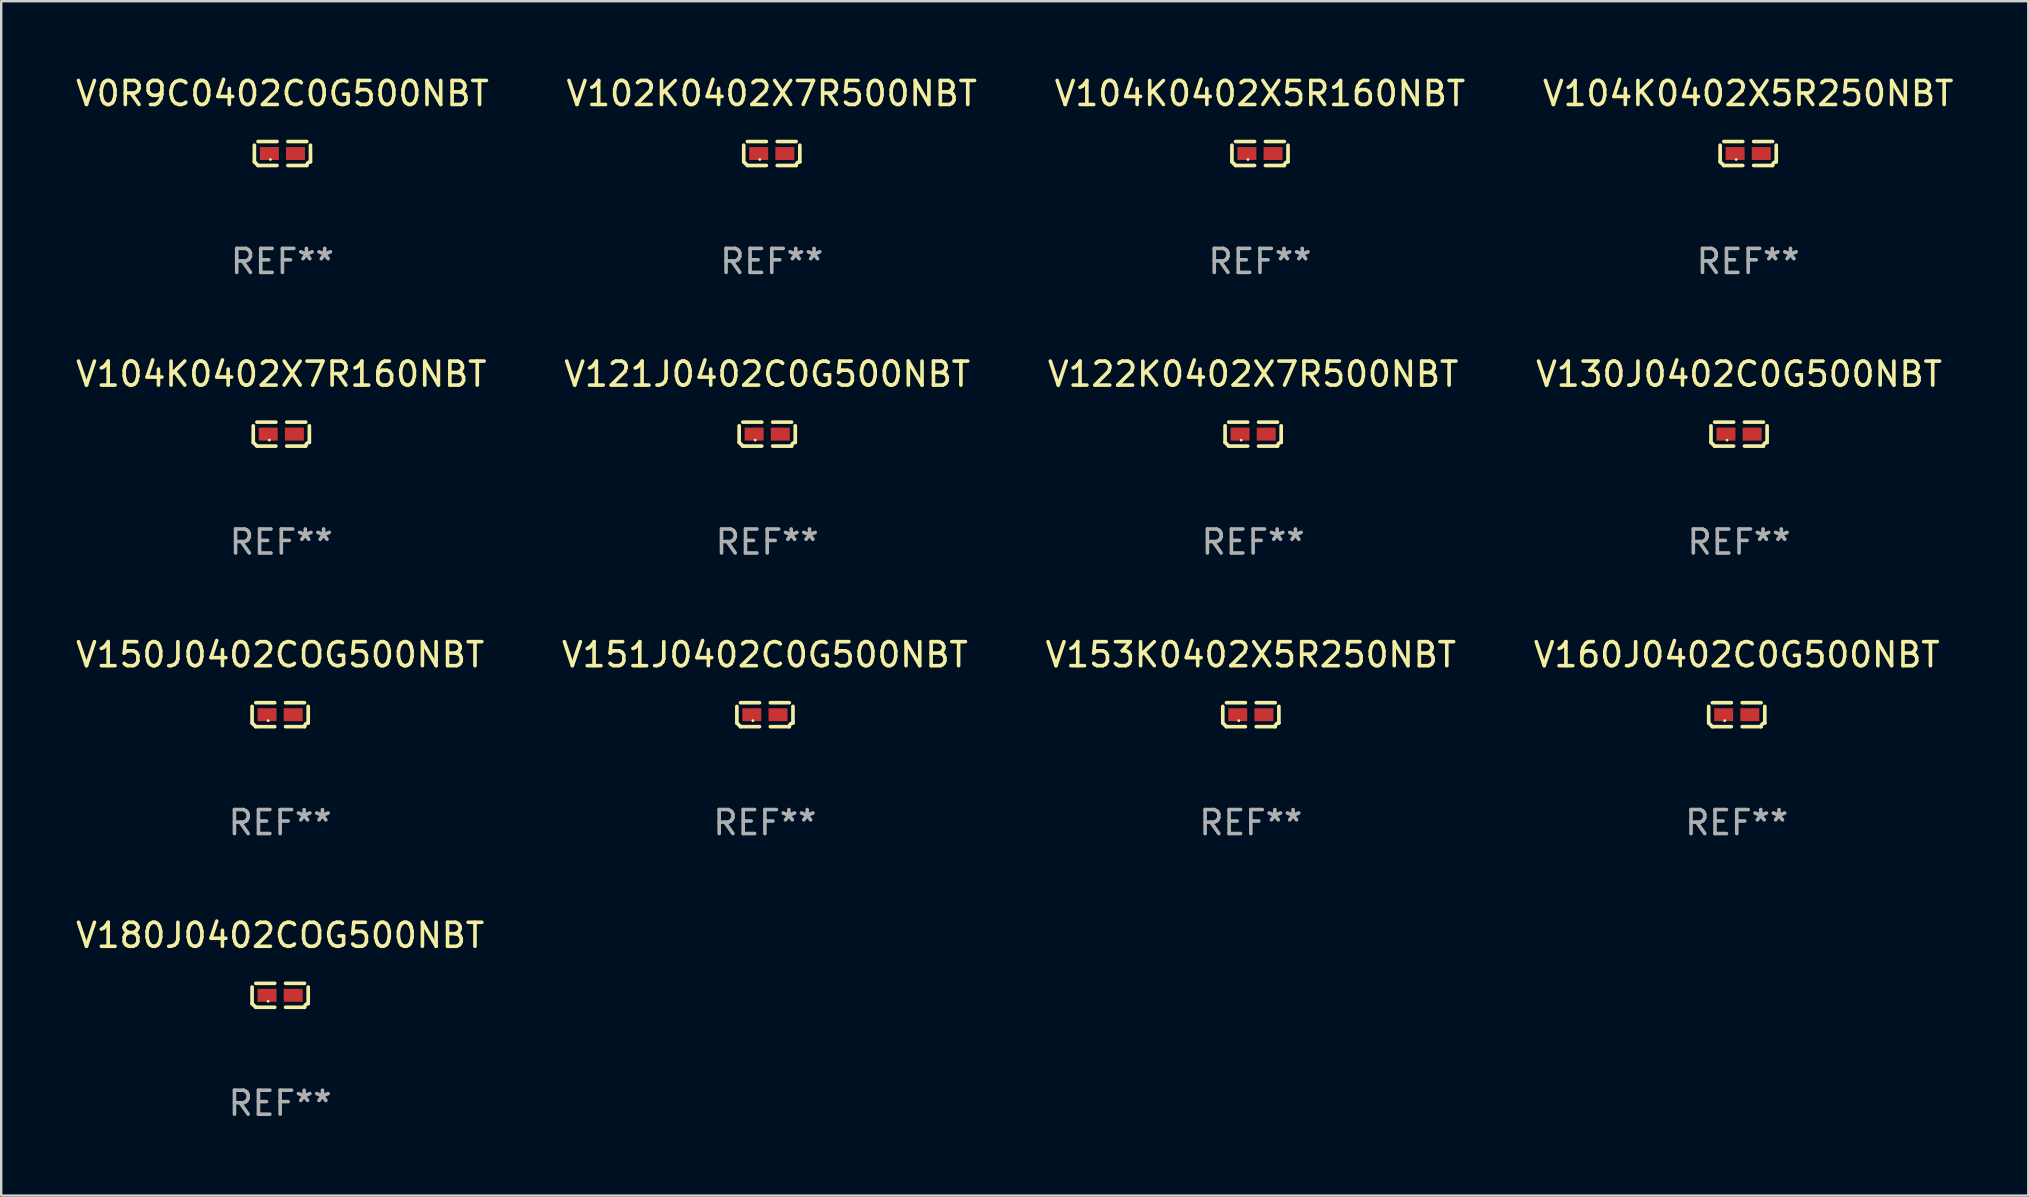
<source format=kicad_pcb>
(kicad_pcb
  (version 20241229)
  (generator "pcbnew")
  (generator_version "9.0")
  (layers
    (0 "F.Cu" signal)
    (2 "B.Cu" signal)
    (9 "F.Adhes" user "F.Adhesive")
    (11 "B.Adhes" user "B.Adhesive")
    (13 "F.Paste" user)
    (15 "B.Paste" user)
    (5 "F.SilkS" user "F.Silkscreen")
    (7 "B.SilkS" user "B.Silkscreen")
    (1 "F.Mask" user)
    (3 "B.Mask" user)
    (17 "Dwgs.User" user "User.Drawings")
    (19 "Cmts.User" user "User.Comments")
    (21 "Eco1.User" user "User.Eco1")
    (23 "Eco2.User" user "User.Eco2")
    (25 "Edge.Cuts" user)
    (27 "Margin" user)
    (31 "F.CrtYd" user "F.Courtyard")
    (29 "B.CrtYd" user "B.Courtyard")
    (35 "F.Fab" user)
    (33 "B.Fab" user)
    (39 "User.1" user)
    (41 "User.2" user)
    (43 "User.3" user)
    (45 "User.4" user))
  (footprint "V150J0402COG500NBT"
    (layer "F.Cu")
    (at 8.625 26.734)
    (property "Reference" "V150J0402COG500NBT" (at 0 -2.499 0) (layer "F.SilkS") (effects (font (size 1 1) (thickness 0.15))))
    (attr through_hole)
    (fp_line (start -1.169 0.346) (end -1.169 -0.346) (stroke (width 0.152) (type solid)) (layer "F.SilkS"))
    (fp_line (start -1.016 -0.499) (end -0.226 -0.499) (stroke (width 0.152) (type solid)) (layer "F.SilkS"))
    (fp_line (start -0.226 0.499) (end -1.016 0.499) (stroke (width 0.152) (type solid)) (layer "F.SilkS"))
    (fp_line (start 0.226 0.499) (end 1.016 0.499) (stroke (width 0.152) (type solid)) (layer "F.SilkS"))
    (fp_line (start 1.016 -0.499) (end 0.226 -0.499) (stroke (width 0.152) (type solid)) (layer "F.SilkS"))
    (fp_line (start 1.169 0.346) (end 1.169 -0.346) (stroke (width 0.152) (type solid)) (layer "F.SilkS"))
    (fp_arc (start -1.016307 0.498603) (mid -1.092512 0.422405) (end -1.16871 0.3462) (stroke (width 0.1524) (type solid)) (layer "F.SilkS"))
    (fp_arc (start 1.016307 0.498603) (mid 1.060899 0.390758) (end 1.168707 0.346076) (stroke (width 0.1524) (type solid)) (layer "F.SilkS"))
    (fp_circle (center -0.5 0.25) (end -0.47 0.25) (stroke (width 0.06) (type solid)) (fill no) (layer "F.SilkS"))
    (fp_text user "REF**" (at 0 4.499 0) (layer "F.Fab") (effects (font (size 1 1) (thickness 0.15))))
    (pad "1" smd rect (at -0.545 0) (size 0.79 0.54) (layers "F.Cu" "F.Mask" "F.Paste"))
    (pad "2" smd rect (at 0.545 0) (size 0.79 0.54) (layers "F.Cu" "F.Mask" "F.Paste")))
  (footprint "V0R9C0402C0G500NBT"
    (layer "F.Cu")
    (at 8.72 3.347)
    (property "Reference" "V0R9C0402C0G500NBT" (at 0 -2.499 0) (layer "F.SilkS") (effects (font (size 1 1) (thickness 0.15))))
    (attr through_hole)
    (fp_line (start -1.169 0.346) (end -1.169 -0.346) (stroke (width 0.152) (type solid)) (layer "F.SilkS"))
    (fp_line (start -1.016 -0.499) (end -0.226 -0.499) (stroke (width 0.152) (type solid)) (layer "F.SilkS"))
    (fp_line (start -0.226 0.499) (end -1.016 0.499) (stroke (width 0.152) (type solid)) (layer "F.SilkS"))
    (fp_line (start 0.226 0.499) (end 1.016 0.499) (stroke (width 0.152) (type solid)) (layer "F.SilkS"))
    (fp_line (start 1.016 -0.499) (end 0.226 -0.499) (stroke (width 0.152) (type solid)) (layer "F.SilkS"))
    (fp_line (start 1.169 0.346) (end 1.169 -0.346) (stroke (width 0.152) (type solid)) (layer "F.SilkS"))
    (fp_arc (start -1.016307 0.498603) (mid -1.092512 0.422405) (end -1.16871 0.3462) (stroke (width 0.1524) (type solid)) (layer "F.SilkS"))
    (fp_arc (start 1.016307 0.498603) (mid 1.060899 0.390758) (end 1.168707 0.346076) (stroke (width 0.1524) (type solid)) (layer "F.SilkS"))
    (fp_circle (center -0.5 0.25) (end -0.47 0.25) (stroke (width 0.06) (type solid)) (fill no) (layer "F.SilkS"))
    (fp_text user "REF**" (at 0 4.499 0) (layer "F.Fab") (effects (font (size 1 1) (thickness 0.15))))
    (pad "1" smd rect (at -0.545 0) (size 0.79 0.54) (layers "F.Cu" "F.Mask" "F.Paste"))
    (pad "2" smd rect (at 0.545 0) (size 0.79 0.54) (layers "F.Cu" "F.Mask" "F.Paste")))
  (footprint "V151J0402C0G500NBT"
    (layer "F.Cu")
    (at 28.827 26.734)
    (property "Reference" "V151J0402C0G500NBT" (at 0 -2.499 0) (layer "F.SilkS") (effects (font (size 1 1) (thickness 0.15))))
    (attr through_hole)
    (fp_line (start -1.169 0.346) (end -1.169 -0.346) (stroke (width 0.152) (type solid)) (layer "F.SilkS"))
    (fp_line (start -1.016 -0.499) (end -0.226 -0.499) (stroke (width 0.152) (type solid)) (layer "F.SilkS"))
    (fp_line (start -0.226 0.499) (end -1.016 0.499) (stroke (width 0.152) (type solid)) (layer "F.SilkS"))
    (fp_line (start 0.226 0.499) (end 1.016 0.499) (stroke (width 0.152) (type solid)) (layer "F.SilkS"))
    (fp_line (start 1.016 -0.499) (end 0.226 -0.499) (stroke (width 0.152) (type solid)) (layer "F.SilkS"))
    (fp_line (start 1.169 0.346) (end 1.169 -0.346) (stroke (width 0.152) (type solid)) (layer "F.SilkS"))
    (fp_arc (start -1.016307 0.498603) (mid -1.092512 0.422405) (end -1.16871 0.3462) (stroke (width 0.1524) (type solid)) (layer "F.SilkS"))
    (fp_arc (start 1.016307 0.498603) (mid 1.060899 0.390758) (end 1.168707 0.346076) (stroke (width 0.1524) (type solid)) (layer "F.SilkS"))
    (fp_circle (center -0.5 0.25) (end -0.47 0.25) (stroke (width 0.06) (type solid)) (fill no) (layer "F.SilkS"))
    (fp_text user "REF**" (at 0 4.499 0) (layer "F.Fab") (effects (font (size 1 1) (thickness 0.15))))
    (pad "1" smd rect (at -0.545 0) (size 0.79 0.54) (layers "F.Cu" "F.Mask" "F.Paste"))
    (pad "2" smd rect (at 0.545 0) (size 0.79 0.54) (layers "F.Cu" "F.Mask" "F.Paste")))
  (footprint "V160J0402C0G500NBT"
    (layer "F.Cu")
    (at 69.327 26.734)
    (property "Reference" "V160J0402C0G500NBT" (at 0 -2.499 0) (layer "F.SilkS") (effects (font (size 1 1) (thickness 0.15))))
    (attr through_hole)
    (fp_line (start -1.169 0.346) (end -1.169 -0.346) (stroke (width 0.152) (type solid)) (layer "F.SilkS"))
    (fp_line (start -1.016 -0.499) (end -0.226 -0.499) (stroke (width 0.152) (type solid)) (layer "F.SilkS"))
    (fp_line (start -0.226 0.499) (end -1.016 0.499) (stroke (width 0.152) (type solid)) (layer "F.SilkS"))
    (fp_line (start 0.226 0.499) (end 1.016 0.499) (stroke (width 0.152) (type solid)) (layer "F.SilkS"))
    (fp_line (start 1.016 -0.499) (end 0.226 -0.499) (stroke (width 0.152) (type solid)) (layer "F.SilkS"))
    (fp_line (start 1.169 0.346) (end 1.169 -0.346) (stroke (width 0.152) (type solid)) (layer "F.SilkS"))
    (fp_arc (start -1.016307 0.498603) (mid -1.092512 0.422405) (end -1.16871 0.3462) (stroke (width 0.1524) (type solid)) (layer "F.SilkS"))
    (fp_arc (start 1.016307 0.498603) (mid 1.060899 0.390758) (end 1.168707 0.346076) (stroke (width 0.1524) (type solid)) (layer "F.SilkS"))
    (fp_circle (center -0.5 0.25) (end -0.47 0.25) (stroke (width 0.06) (type solid)) (fill no) (layer "F.SilkS"))
    (fp_text user "REF**" (at 0 4.499 0) (layer "F.Fab") (effects (font (size 1 1) (thickness 0.15))))
    (pad "1" smd rect (at -0.545 0) (size 0.79 0.54) (layers "F.Cu" "F.Mask" "F.Paste"))
    (pad "2" smd rect (at 0.545 0) (size 0.79 0.54) (layers "F.Cu" "F.Mask" "F.Paste")))
  (footprint "V121J0402C0G500NBT"
    (layer "F.Cu")
    (at 28.923 15.041)
    (property "Reference" "V121J0402C0G500NBT" (at 0 -2.499 0) (layer "F.SilkS") (effects (font (size 1 1) (thickness 0.15))))
    (attr through_hole)
    (fp_line (start -1.169 0.346) (end -1.169 -0.346) (stroke (width 0.152) (type solid)) (layer "F.SilkS"))
    (fp_line (start -1.016 -0.499) (end -0.226 -0.499) (stroke (width 0.152) (type solid)) (layer "F.SilkS"))
    (fp_line (start -0.226 0.499) (end -1.016 0.499) (stroke (width 0.152) (type solid)) (layer "F.SilkS"))
    (fp_line (start 0.226 0.499) (end 1.016 0.499) (stroke (width 0.152) (type solid)) (layer "F.SilkS"))
    (fp_line (start 1.016 -0.499) (end 0.226 -0.499) (stroke (width 0.152) (type solid)) (layer "F.SilkS"))
    (fp_line (start 1.169 0.346) (end 1.169 -0.346) (stroke (width 0.152) (type solid)) (layer "F.SilkS"))
    (fp_arc (start -1.016307 0.498603) (mid -1.092512 0.422405) (end -1.16871 0.3462) (stroke (width 0.1524) (type solid)) (layer "F.SilkS"))
    (fp_arc (start 1.016307 0.498603) (mid 1.060899 0.390758) (end 1.168707 0.346076) (stroke (width 0.1524) (type solid)) (layer "F.SilkS"))
    (fp_circle (center -0.5 0.25) (end -0.47 0.25) (stroke (width 0.06) (type solid)) (fill no) (layer "F.SilkS"))
    (fp_text user "REF**" (at 0 4.499 0) (layer "F.Fab") (effects (font (size 1 1) (thickness 0.15))))
    (pad "1" smd rect (at -0.545 0) (size 0.79 0.54) (layers "F.Cu" "F.Mask" "F.Paste"))
    (pad "2" smd rect (at 0.545 0) (size 0.79 0.54) (layers "F.Cu" "F.Mask" "F.Paste")))
  (footprint "V102K0402X7R500NBT"
    (layer "F.Cu")
    (at 29.113 3.347)
    (property "Reference" "V102K0402X7R500NBT" (at 0 -2.499 0) (layer "F.SilkS") (effects (font (size 1 1) (thickness 0.15))))
    (attr through_hole)
    (fp_line (start -1.169 0.346) (end -1.169 -0.346) (stroke (width 0.152) (type solid)) (layer "F.SilkS"))
    (fp_line (start -1.016 -0.499) (end -0.226 -0.499) (stroke (width 0.152) (type solid)) (layer "F.SilkS"))
    (fp_line (start -0.226 0.499) (end -1.016 0.499) (stroke (width 0.152) (type solid)) (layer "F.SilkS"))
    (fp_line (start 0.226 0.499) (end 1.016 0.499) (stroke (width 0.152) (type solid)) (layer "F.SilkS"))
    (fp_line (start 1.016 -0.499) (end 0.226 -0.499) (stroke (width 0.152) (type solid)) (layer "F.SilkS"))
    (fp_line (start 1.169 0.346) (end 1.169 -0.346) (stroke (width 0.152) (type solid)) (layer "F.SilkS"))
    (fp_arc (start -1.016307 0.498603) (mid -1.092512 0.422405) (end -1.16871 0.3462) (stroke (width 0.1524) (type solid)) (layer "F.SilkS"))
    (fp_arc (start 1.016307 0.498603) (mid 1.060899 0.390758) (end 1.168707 0.346076) (stroke (width 0.1524) (type solid)) (layer "F.SilkS"))
    (fp_circle (center -0.5 0.25) (end -0.47 0.25) (stroke (width 0.06) (type solid)) (fill no) (layer "F.SilkS"))
    (fp_text user "REF**" (at 0 4.499 0) (layer "F.Fab") (effects (font (size 1 1) (thickness 0.15))))
    (pad "1" smd rect (at -0.545 0) (size 0.79 0.54) (layers "F.Cu" "F.Mask" "F.Paste"))
    (pad "2" smd rect (at 0.545 0) (size 0.79 0.54) (layers "F.Cu" "F.Mask" "F.Paste")))
  (footprint "V122K0402X7R500NBT"
    (layer "F.Cu")
    (at 49.173 15.041)
    (property "Reference" "V122K0402X7R500NBT" (at 0 -2.499 0) (layer "F.SilkS") (effects (font (size 1 1) (thickness 0.15))))
    (attr through_hole)
    (fp_line (start -1.169 0.346) (end -1.169 -0.346) (stroke (width 0.152) (type solid)) (layer "F.SilkS"))
    (fp_line (start -1.016 -0.499) (end -0.226 -0.499) (stroke (width 0.152) (type solid)) (layer "F.SilkS"))
    (fp_line (start -0.226 0.499) (end -1.016 0.499) (stroke (width 0.152) (type solid)) (layer "F.SilkS"))
    (fp_line (start 0.226 0.499) (end 1.016 0.499) (stroke (width 0.152) (type solid)) (layer "F.SilkS"))
    (fp_line (start 1.016 -0.499) (end 0.226 -0.499) (stroke (width 0.152) (type solid)) (layer "F.SilkS"))
    (fp_line (start 1.169 0.346) (end 1.169 -0.346) (stroke (width 0.152) (type solid)) (layer "F.SilkS"))
    (fp_arc (start -1.016307 0.498603) (mid -1.092512 0.422405) (end -1.16871 0.3462) (stroke (width 0.1524) (type solid)) (layer "F.SilkS"))
    (fp_arc (start 1.016307 0.498603) (mid 1.060899 0.390758) (end 1.168707 0.346076) (stroke (width 0.1524) (type solid)) (layer "F.SilkS"))
    (fp_circle (center -0.5 0.25) (end -0.47 0.25) (stroke (width 0.06) (type solid)) (fill no) (layer "F.SilkS"))
    (fp_text user "REF**" (at 0 4.499 0) (layer "F.Fab") (effects (font (size 1 1) (thickness 0.15))))
    (pad "1" smd rect (at -0.545 0) (size 0.79 0.54) (layers "F.Cu" "F.Mask" "F.Paste"))
    (pad "2" smd rect (at 0.545 0) (size 0.79 0.54) (layers "F.Cu" "F.Mask" "F.Paste")))
  (footprint "V104K0402X7R160NBT"
    (layer "F.Cu")
    (at 8.673 15.041)
    (property "Reference" "V104K0402X7R160NBT" (at 0 -2.499 0) (layer "F.SilkS") (effects (font (size 1 1) (thickness 0.15))))
    (attr through_hole)
    (fp_line (start -1.169 0.346) (end -1.169 -0.346) (stroke (width 0.152) (type solid)) (layer "F.SilkS"))
    (fp_line (start -1.016 -0.499) (end -0.226 -0.499) (stroke (width 0.152) (type solid)) (layer "F.SilkS"))
    (fp_line (start -0.226 0.499) (end -1.016 0.499) (stroke (width 0.152) (type solid)) (layer "F.SilkS"))
    (fp_line (start 0.226 0.499) (end 1.016 0.499) (stroke (width 0.152) (type solid)) (layer "F.SilkS"))
    (fp_line (start 1.016 -0.499) (end 0.226 -0.499) (stroke (width 0.152) (type solid)) (layer "F.SilkS"))
    (fp_line (start 1.169 0.346) (end 1.169 -0.346) (stroke (width 0.152) (type solid)) (layer "F.SilkS"))
    (fp_arc (start -1.016307 0.498603) (mid -1.092512 0.422405) (end -1.16871 0.3462) (stroke (width 0.1524) (type solid)) (layer "F.SilkS"))
    (fp_arc (start 1.016307 0.498603) (mid 1.060899 0.390758) (end 1.168707 0.346076) (stroke (width 0.1524) (type solid)) (layer "F.SilkS"))
    (fp_circle (center -0.5 0.25) (end -0.47 0.25) (stroke (width 0.06) (type solid)) (fill no) (layer "F.SilkS"))
    (fp_text user "REF**" (at 0 4.499 0) (layer "F.Fab") (effects (font (size 1 1) (thickness 0.15))))
    (pad "1" smd rect (at -0.545 0) (size 0.79 0.54) (layers "F.Cu" "F.Mask" "F.Paste"))
    (pad "2" smd rect (at 0.545 0) (size 0.79 0.54) (layers "F.Cu" "F.Mask" "F.Paste")))
  (footprint "V130J0402C0G500NBT"
    (layer "F.Cu")
    (at 69.423 15.041)
    (property "Reference" "V130J0402C0G500NBT" (at 0 -2.499 0) (layer "F.SilkS") (effects (font (size 1 1) (thickness 0.15))))
    (attr through_hole)
    (fp_line (start -1.169 0.346) (end -1.169 -0.346) (stroke (width 0.152) (type solid)) (layer "F.SilkS"))
    (fp_line (start -1.016 -0.499) (end -0.226 -0.499) (stroke (width 0.152) (type solid)) (layer "F.SilkS"))
    (fp_line (start -0.226 0.499) (end -1.016 0.499) (stroke (width 0.152) (type solid)) (layer "F.SilkS"))
    (fp_line (start 0.226 0.499) (end 1.016 0.499) (stroke (width 0.152) (type solid)) (layer "F.SilkS"))
    (fp_line (start 1.016 -0.499) (end 0.226 -0.499) (stroke (width 0.152) (type solid)) (layer "F.SilkS"))
    (fp_line (start 1.169 0.346) (end 1.169 -0.346) (stroke (width 0.152) (type solid)) (layer "F.SilkS"))
    (fp_arc (start -1.016307 0.498603) (mid -1.092512 0.422405) (end -1.16871 0.3462) (stroke (width 0.1524) (type solid)) (layer "F.SilkS"))
    (fp_arc (start 1.016307 0.498603) (mid 1.060899 0.390758) (end 1.168707 0.346076) (stroke (width 0.1524) (type solid)) (layer "F.SilkS"))
    (fp_circle (center -0.5 0.25) (end -0.47 0.25) (stroke (width 0.06) (type solid)) (fill no) (layer "F.SilkS"))
    (fp_text user "REF**" (at 0 4.499 0) (layer "F.Fab") (effects (font (size 1 1) (thickness 0.15))))
    (pad "1" smd rect (at -0.545 0) (size 0.79 0.54) (layers "F.Cu" "F.Mask" "F.Paste"))
    (pad "2" smd rect (at 0.545 0) (size 0.79 0.54) (layers "F.Cu" "F.Mask" "F.Paste")))
  (footprint "V104K0402X5R160NBT"
    (layer "F.Cu")
    (at 49.458 3.347)
    (property "Reference" "V104K0402X5R160NBT" (at 0 -2.499 0) (layer "F.SilkS") (effects (font (size 1 1) (thickness 0.15))))
    (attr through_hole)
    (fp_line (start -1.169 0.346) (end -1.169 -0.346) (stroke (width 0.152) (type solid)) (layer "F.SilkS"))
    (fp_line (start -1.016 -0.499) (end -0.226 -0.499) (stroke (width 0.152) (type solid)) (layer "F.SilkS"))
    (fp_line (start -0.226 0.499) (end -1.016 0.499) (stroke (width 0.152) (type solid)) (layer "F.SilkS"))
    (fp_line (start 0.226 0.499) (end 1.016 0.499) (stroke (width 0.152) (type solid)) (layer "F.SilkS"))
    (fp_line (start 1.016 -0.499) (end 0.226 -0.499) (stroke (width 0.152) (type solid)) (layer "F.SilkS"))
    (fp_line (start 1.169 0.346) (end 1.169 -0.346) (stroke (width 0.152) (type solid)) (layer "F.SilkS"))
    (fp_arc (start -1.016307 0.498603) (mid -1.092512 0.422405) (end -1.16871 0.3462) (stroke (width 0.1524) (type solid)) (layer "F.SilkS"))
    (fp_arc (start 1.016307 0.498603) (mid 1.060899 0.390758) (end 1.168707 0.346076) (stroke (width 0.1524) (type solid)) (layer "F.SilkS"))
    (fp_circle (center -0.5 0.25) (end -0.47 0.25) (stroke (width 0.06) (type solid)) (fill no) (layer "F.SilkS"))
    (fp_text user "REF**" (at 0 4.499 0) (layer "F.Fab") (effects (font (size 1 1) (thickness 0.15))))
    (pad "1" smd rect (at -0.545 0) (size 0.79 0.54) (layers "F.Cu" "F.Mask" "F.Paste"))
    (pad "2" smd rect (at 0.545 0) (size 0.79 0.54) (layers "F.Cu" "F.Mask" "F.Paste")))
  (footprint "V180J0402COG500NBT"
    (layer "F.Cu")
    (at 8.625 38.428)
    (property "Reference" "V180J0402COG500NBT" (at 0 -2.499 0) (layer "F.SilkS") (effects (font (size 1 1) (thickness 0.15))))
    (attr through_hole)
    (fp_line (start -1.169 0.346) (end -1.169 -0.346) (stroke (width 0.152) (type solid)) (layer "F.SilkS"))
    (fp_line (start -1.016 -0.499) (end -0.226 -0.499) (stroke (width 0.152) (type solid)) (layer "F.SilkS"))
    (fp_line (start -0.226 0.499) (end -1.016 0.499) (stroke (width 0.152) (type solid)) (layer "F.SilkS"))
    (fp_line (start 0.226 0.499) (end 1.016 0.499) (stroke (width 0.152) (type solid)) (layer "F.SilkS"))
    (fp_line (start 1.016 -0.499) (end 0.226 -0.499) (stroke (width 0.152) (type solid)) (layer "F.SilkS"))
    (fp_line (start 1.169 0.346) (end 1.169 -0.346) (stroke (width 0.152) (type solid)) (layer "F.SilkS"))
    (fp_arc (start -1.016307 0.498603) (mid -1.092512 0.422405) (end -1.16871 0.3462) (stroke (width 0.1524) (type solid)) (layer "F.SilkS"))
    (fp_arc (start 1.016307 0.498603) (mid 1.060899 0.390758) (end 1.168707 0.346076) (stroke (width 0.1524) (type solid)) (layer "F.SilkS"))
    (fp_circle (center -0.5 0.25) (end -0.47 0.25) (stroke (width 0.06) (type solid)) (fill no) (layer "F.SilkS"))
    (fp_text user "REF**" (at 0 4.499 0) (layer "F.Fab") (effects (font (size 1 1) (thickness 0.15))))
    (pad "1" smd rect (at -0.545 0) (size 0.79 0.54) (layers "F.Cu" "F.Mask" "F.Paste"))
    (pad "2" smd rect (at 0.545 0) (size 0.79 0.54) (layers "F.Cu" "F.Mask" "F.Paste")))
  (footprint "V104K0402X5R250NBT"
    (layer "F.Cu")
    (at 69.804 3.347)
    (property "Reference" "V104K0402X5R250NBT" (at 0 -2.499 0) (layer "F.SilkS") (effects (font (size 1 1) (thickness 0.15))))
    (attr through_hole)
    (fp_line (start -1.169 0.346) (end -1.169 -0.346) (stroke (width 0.152) (type solid)) (layer "F.SilkS"))
    (fp_line (start -1.016 -0.499) (end -0.226 -0.499) (stroke (width 0.152) (type solid)) (layer "F.SilkS"))
    (fp_line (start -0.226 0.499) (end -1.016 0.499) (stroke (width 0.152) (type solid)) (layer "F.SilkS"))
    (fp_line (start 0.226 0.499) (end 1.016 0.499) (stroke (width 0.152) (type solid)) (layer "F.SilkS"))
    (fp_line (start 1.016 -0.499) (end 0.226 -0.499) (stroke (width 0.152) (type solid)) (layer "F.SilkS"))
    (fp_line (start 1.169 0.346) (end 1.169 -0.346) (stroke (width 0.152) (type solid)) (layer "F.SilkS"))
    (fp_arc (start -1.016307 0.498603) (mid -1.092512 0.422405) (end -1.16871 0.3462) (stroke (width 0.1524) (type solid)) (layer "F.SilkS"))
    (fp_arc (start 1.016307 0.498603) (mid 1.060899 0.390758) (end 1.168707 0.346076) (stroke (width 0.1524) (type solid)) (layer "F.SilkS"))
    (fp_circle (center -0.5 0.25) (end -0.47 0.25) (stroke (width 0.06) (type solid)) (fill no) (layer "F.SilkS"))
    (fp_text user "REF**" (at 0 4.499 0) (layer "F.Fab") (effects (font (size 1 1) (thickness 0.15))))
    (pad "1" smd rect (at -0.545 0) (size 0.79 0.54) (layers "F.Cu" "F.Mask" "F.Paste"))
    (pad "2" smd rect (at 0.545 0) (size 0.79 0.54) (layers "F.Cu" "F.Mask" "F.Paste")))
  (footprint "V153K0402X5R250NBT"
    (layer "F.Cu")
    (at 49.077 26.734)
    (property "Reference" "V153K0402X5R250NBT" (at 0 -2.499 0) (layer "F.SilkS") (effects (font (size 1 1) (thickness 0.15))))
    (attr through_hole)
    (fp_line (start -1.169 0.346) (end -1.169 -0.346) (stroke (width 0.152) (type solid)) (layer "F.SilkS"))
    (fp_line (start -1.016 -0.499) (end -0.226 -0.499) (stroke (width 0.152) (type solid)) (layer "F.SilkS"))
    (fp_line (start -0.226 0.499) (end -1.016 0.499) (stroke (width 0.152) (type solid)) (layer "F.SilkS"))
    (fp_line (start 0.226 0.499) (end 1.016 0.499) (stroke (width 0.152) (type solid)) (layer "F.SilkS"))
    (fp_line (start 1.016 -0.499) (end 0.226 -0.499) (stroke (width 0.152) (type solid)) (layer "F.SilkS"))
    (fp_line (start 1.169 0.346) (end 1.169 -0.346) (stroke (width 0.152) (type solid)) (layer "F.SilkS"))
    (fp_arc (start -1.016307 0.498603) (mid -1.092512 0.422405) (end -1.16871 0.3462) (stroke (width 0.1524) (type solid)) (layer "F.SilkS"))
    (fp_arc (start 1.016307 0.498603) (mid 1.060899 0.390758) (end 1.168707 0.346076) (stroke (width 0.1524) (type solid)) (layer "F.SilkS"))
    (fp_circle (center -0.5 0.25) (end -0.47 0.25) (stroke (width 0.06) (type solid)) (fill no) (layer "F.SilkS"))
    (fp_text user "REF**" (at 0 4.499 0) (layer "F.Fab") (effects (font (size 1 1) (thickness 0.15))))
    (pad "1" smd rect (at -0.545 0) (size 0.79 0.54) (layers "F.Cu" "F.Mask" "F.Paste"))
    (pad "2" smd rect (at 0.545 0) (size 0.79 0.54) (layers "F.Cu" "F.Mask" "F.Paste")))
  (gr_rect
    (start -3 -3)
    (end 81.476 46.775)
    (stroke (width 0.1) (type default))
    (fill no)
    (layer "Edge.Cuts")))
</source>
